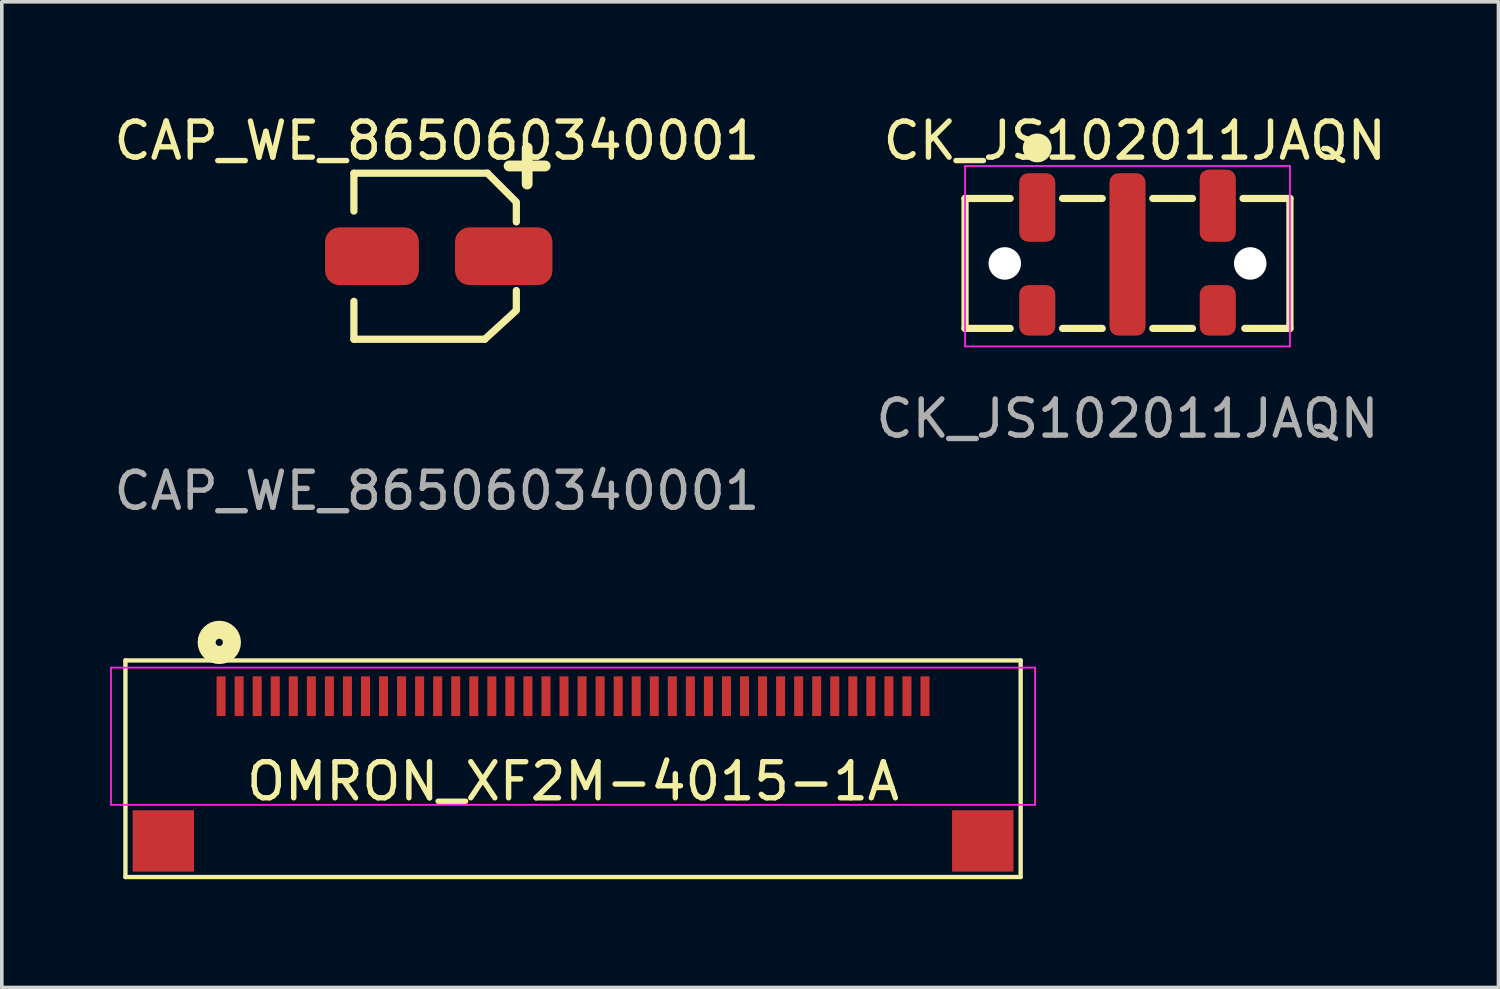
<source format=kicad_pcb>
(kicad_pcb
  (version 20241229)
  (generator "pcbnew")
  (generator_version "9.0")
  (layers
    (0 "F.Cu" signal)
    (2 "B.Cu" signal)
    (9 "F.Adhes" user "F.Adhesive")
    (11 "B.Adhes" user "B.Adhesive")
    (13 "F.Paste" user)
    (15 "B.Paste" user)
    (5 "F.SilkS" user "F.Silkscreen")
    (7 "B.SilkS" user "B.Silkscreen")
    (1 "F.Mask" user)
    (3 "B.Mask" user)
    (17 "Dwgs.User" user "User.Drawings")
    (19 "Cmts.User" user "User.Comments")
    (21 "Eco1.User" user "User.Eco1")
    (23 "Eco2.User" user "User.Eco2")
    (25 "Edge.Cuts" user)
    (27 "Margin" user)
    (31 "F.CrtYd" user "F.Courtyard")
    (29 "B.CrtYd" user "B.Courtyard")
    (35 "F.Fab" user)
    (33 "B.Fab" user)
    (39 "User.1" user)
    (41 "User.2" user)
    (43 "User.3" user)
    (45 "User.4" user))
  (footprint "CAP_WE_865060340001"
    (layer "F.Cu")
    (at 9.054 4.048)
    (property "Reference" "CAP_WE_865060340001" (at 0 -3.2 0) (unlocked yes) (layer "F.SilkS") (effects (font (size 1 1) (thickness 0.15))))
    (attr smd)
    (fp_line (start -2.3 -2.3) (end -2.3 -1.25) (stroke (width 0.2) (type default)) (layer "F.SilkS"))
    (fp_line (start -2.3 2.3) (end -2.3 1.25) (stroke (width 0.2) (type default)) (layer "F.SilkS"))
    (fp_line (start 1.325 2.3) (end -2.3 2.3) (stroke (width 0.2) (type default)) (layer "F.SilkS"))
    (fp_line (start 1.325 2.3) (end 2.2 1.5) (stroke (width 0.2) (type default)) (layer "F.SilkS"))
    (fp_line (start 1.4 -2.3) (end -2.3 -2.3) (stroke (width 0.2) (type default)) (layer "F.SilkS"))
    (fp_line (start 1.4 -2.3) (end 2.2 -1.5) (stroke (width 0.2) (type default)) (layer "F.SilkS"))
    (fp_line (start 2 -2.5) (end 3 -2.5) (stroke (width 0.3) (type default)) (layer "F.SilkS"))
    (fp_line (start 2.2 -1.45) (end 2.2 -0.95) (stroke (width 0.2) (type default)) (layer "F.SilkS"))
    (fp_line (start 2.2 1.45) (end 2.2 0.95) (stroke (width 0.2) (type default)) (layer "F.SilkS"))
    (fp_line (start 2.5 -3) (end 2.5 -2) (stroke (width 0.3) (type default)) (layer "F.SilkS"))
    (fp_text user "${REFERENCE}" (at 0 6.5 0) (unlocked yes) (layer "F.Fab") (effects (font (size 1 1) (thickness 0.15))))
    (pad "1" smd roundrect (at 1.85 0) (size 2.7 1.6) (layers "F.Cu" "F.Mask" "F.Paste") (roundrect_rratio 0.25))
    (pad "2" smd roundrect (at -1.8 0) (size 2.6 1.6) (layers "F.Cu" "F.Mask" "F.Paste") (roundrect_rratio 0.25)))
  (footprint "OMRON_XF2M-4015-1A"
    (layer "F.Cu")
    (at 12.825 16.646)
    (property "Reference" "OMRON_XF2M-4015-1A" (at 0 1.95 0) (layer "F.SilkS") (effects (font (size 1 1) (thickness 0.15))))
    (attr smd)
    (fp_line (start -12.4 -1.4) (end 12.4 -1.4) (stroke (width 0.12) (type default)) (layer "F.SilkS"))
    (fp_line (start -12.4 4.6) (end -12.4 -1.4) (stroke (width 0.12) (type default)) (layer "F.SilkS"))
    (fp_line (start -12.4 4.6) (end 12.4 4.6) (stroke (width 0.12) (type default)) (layer "F.SilkS"))
    (fp_line (start 12.4 4.6) (end 12.4 -1.4) (stroke (width 0.12) (type default)) (layer "F.SilkS"))
    (fp_circle (center -9.8 -1.9) (end -9.7 -1.9) (stroke (width 0.5) (type default)) (fill no) (layer "F.SilkS"))
    (fp_line (start -12.8 -1.2) (end -12.8 2.6) (stroke (width 0.05) (type default)) (layer "F.CrtYd"))
    (fp_line (start -12.8 -1.2) (end 12.8 -1.2) (stroke (width 0.05) (type default)) (layer "F.CrtYd"))
    (fp_line (start -12.8 2.6) (end 12.8 2.6) (stroke (width 0.05) (type default)) (layer "F.CrtYd"))
    (fp_line (start 12.8 -1.2) (end 12.8 2.6) (stroke (width 0.05) (type default)) (layer "F.CrtYd"))
    (pad "" smd rect (at -11.35 3.6) (size 1.7 1.7) (layers "F.Cu" "F.Mask" "F.Paste"))
    (pad "" smd rect (at 11.35 3.6) (size 1.7 1.7) (layers "F.Cu" "F.Mask" "F.Paste"))
    (pad "1" smd rect (at -9.75 -0.41) (size 0.25 1.1) (layers "F.Cu" "F.Mask" "F.Paste"))
    (pad "2" smd rect (at -9.25 -0.41) (size 0.25 1.1) (layers "F.Cu" "F.Mask" "F.Paste"))
    (pad "3" smd rect (at -8.75 -0.41) (size 0.25 1.1) (layers "F.Cu" "F.Mask" "F.Paste"))
    (pad "4" smd rect (at -8.25 -0.41) (size 0.25 1.1) (layers "F.Cu" "F.Mask" "F.Paste"))
    (pad "5" smd rect (at -7.75 -0.41) (size 0.25 1.1) (layers "F.Cu" "F.Mask" "F.Paste"))
    (pad "6" smd rect (at -7.25 -0.41) (size 0.25 1.1) (layers "F.Cu" "F.Mask" "F.Paste"))
    (pad "7" smd rect (at -6.75 -0.41) (size 0.25 1.1) (layers "F.Cu" "F.Mask" "F.Paste"))
    (pad "8" smd rect (at -6.25 -0.41) (size 0.25 1.1) (layers "F.Cu" "F.Mask" "F.Paste"))
    (pad "9" smd rect (at -5.75 -0.41) (size 0.25 1.1) (layers "F.Cu" "F.Mask" "F.Paste"))
    (pad "10" smd rect (at -5.25 -0.41) (size 0.25 1.1) (layers "F.Cu" "F.Mask" "F.Paste"))
    (pad "11" smd rect (at -4.75 -0.41) (size 0.25 1.1) (layers "F.Cu" "F.Mask" "F.Paste"))
    (pad "12" smd rect (at -4.25 -0.41) (size 0.25 1.1) (layers "F.Cu" "F.Mask" "F.Paste"))
    (pad "13" smd rect (at -3.75 -0.41) (size 0.25 1.1) (layers "F.Cu" "F.Mask" "F.Paste"))
    (pad "14" smd rect (at -3.25 -0.41) (size 0.25 1.1) (layers "F.Cu" "F.Mask" "F.Paste"))
    (pad "15" smd rect (at -2.75 -0.41) (size 0.25 1.1) (layers "F.Cu" "F.Mask" "F.Paste"))
    (pad "16" smd rect (at -2.25 -0.41) (size 0.25 1.1) (layers "F.Cu" "F.Mask" "F.Paste"))
    (pad "17" smd rect (at -1.75 -0.41) (size 0.25 1.1) (layers "F.Cu" "F.Mask" "F.Paste"))
    (pad "18" smd rect (at -1.25 -0.41) (size 0.25 1.1) (layers "F.Cu" "F.Mask" "F.Paste"))
    (pad "19" smd rect (at -0.75 -0.41) (size 0.25 1.1) (layers "F.Cu" "F.Mask" "F.Paste"))
    (pad "20" smd rect (at -0.25 -0.41) (size 0.25 1.1) (layers "F.Cu" "F.Mask" "F.Paste"))
    (pad "21" smd rect (at 0.25 -0.41) (size 0.25 1.1) (layers "F.Cu" "F.Mask" "F.Paste"))
    (pad "22" smd rect (at 0.75 -0.41) (size 0.25 1.1) (layers "F.Cu" "F.Mask" "F.Paste"))
    (pad "23" smd rect (at 1.25 -0.41) (size 0.25 1.1) (layers "F.Cu" "F.Mask" "F.Paste"))
    (pad "24" smd rect (at 1.75 -0.41) (size 0.25 1.1) (layers "F.Cu" "F.Mask" "F.Paste"))
    (pad "25" smd rect (at 2.25 -0.41) (size 0.25 1.1) (layers "F.Cu" "F.Mask" "F.Paste"))
    (pad "26" smd rect (at 2.75 -0.41) (size 0.25 1.1) (layers "F.Cu" "F.Mask" "F.Paste"))
    (pad "27" smd rect (at 3.25 -0.41) (size 0.25 1.1) (layers "F.Cu" "F.Mask" "F.Paste"))
    (pad "28" smd rect (at 3.75 -0.41) (size 0.25 1.1) (layers "F.Cu" "F.Mask" "F.Paste"))
    (pad "29" smd rect (at 4.25 -0.41) (size 0.25 1.1) (layers "F.Cu" "F.Mask" "F.Paste"))
    (pad "30" smd rect (at 4.75 -0.41) (size 0.25 1.1) (layers "F.Cu" "F.Mask" "F.Paste"))
    (pad "31" smd rect (at 5.25 -0.41) (size 0.25 1.1) (layers "F.Cu" "F.Mask" "F.Paste"))
    (pad "32" smd rect (at 5.75 -0.41) (size 0.25 1.1) (layers "F.Cu" "F.Mask" "F.Paste"))
    (pad "33" smd rect (at 6.25 -0.41) (size 0.25 1.1) (layers "F.Cu" "F.Mask" "F.Paste"))
    (pad "34" smd rect (at 6.75 -0.41) (size 0.25 1.1) (layers "F.Cu" "F.Mask" "F.Paste"))
    (pad "35" smd rect (at 7.25 -0.41) (size 0.25 1.1) (layers "F.Cu" "F.Mask" "F.Paste"))
    (pad "36" smd rect (at 7.75 -0.41) (size 0.25 1.1) (layers "F.Cu" "F.Mask" "F.Paste"))
    (pad "37" smd rect (at 8.25 -0.41) (size 0.25 1.1) (layers "F.Cu" "F.Mask" "F.Paste"))
    (pad "38" smd rect (at 8.75 -0.41) (size 0.25 1.1) (layers "F.Cu" "F.Mask" "F.Paste"))
    (pad "39" smd rect (at 9.25 -0.41) (size 0.25 1.1) (layers "F.Cu" "F.Mask" "F.Paste"))
    (pad "40" smd rect (at 9.75 -0.41) (size 0.25 1.1) (layers "F.Cu" "F.Mask" "F.Paste")))
  (footprint "CK_JS102011JAQN"
    (layer "F.Cu")
    (at 28.185 4.248)
    (property "Reference" "CK_JS102011JAQN" (at 0.2 -3.4 0) (unlocked yes) (layer "F.SilkS") (effects (font (size 1 1) (thickness 0.15))))
    (attr smd)
    (fp_line (start -4.5 -1.8) (end -3.25 -1.8) (stroke (width 0.2) (type solid)) (layer "F.SilkS"))
    (fp_line (start -4.5 1.8) (end -4.5 -1.8) (stroke (width 0.2) (type solid)) (layer "F.SilkS"))
    (fp_line (start -4.5 1.8) (end -3.25 1.8) (stroke (width 0.2) (type solid)) (layer "F.SilkS"))
    (fp_line (start -1.8 -1.8) (end -0.7 -1.8) (stroke (width 0.2) (type solid)) (layer "F.SilkS"))
    (fp_line (start -1.8 1.8) (end -0.7 1.8) (stroke (width 0.2) (type solid)) (layer "F.SilkS"))
    (fp_line (start 0.7 -1.8) (end 1.8 -1.8) (stroke (width 0.2) (type solid)) (layer "F.SilkS"))
    (fp_line (start 0.7 1.8) (end 1.8 1.8) (stroke (width 0.2) (type solid)) (layer "F.SilkS"))
    (fp_line (start 3.2 -1.8) (end 4.5 -1.8) (stroke (width 0.2) (type solid)) (layer "F.SilkS"))
    (fp_line (start 4.5 1.8) (end 3.25 1.8) (stroke (width 0.2) (type solid)) (layer "F.SilkS"))
    (fp_line (start 4.5 1.8) (end 4.5 -1.8) (stroke (width 0.2) (type solid)) (layer "F.SilkS"))
    (fp_circle (center -2.5 -3.2) (end -2.3 -3.2) (stroke (width 0.4) (type solid)) (fill no) (layer "F.SilkS"))
    (fp_line (start -4.5 -2.7) (end 4.5 -2.7) (stroke (width 0.05) (type solid)) (layer "F.CrtYd"))
    (fp_line (start -4.5 2.3) (end -4.5 -2.7) (stroke (width 0.05) (type solid)) (layer "F.CrtYd"))
    (fp_line (start -4.5 2.3) (end 4.5 2.3) (stroke (width 0.05) (type solid)) (layer "F.CrtYd"))
    (fp_line (start 4.5 -2.7) (end 4.5 2.3) (stroke (width 0.05) (type solid)) (layer "F.CrtYd"))
    (fp_text user "${REFERENCE}" (at 0 4.3 0) (unlocked yes) (layer "F.Fab") (effects (font (size 1 1) (thickness 0.15))))
    (pad "" np_thru_hole circle (at -3.4 0) (size 0.9 0.9) (drill 1.1) (layers "*.Cu" "*.Mask"))
    (pad "" smd roundrect (at -2.5 1.3) (size 1 1.4) (layers "F.Cu" "F.Mask" "F.Paste") (roundrect_rratio 0.25))
    (pad "" smd roundrect (at 2.5 1.3) (size 1 1.4) (layers "F.Cu" "F.Mask" "F.Paste") (roundrect_rratio 0.25))
    (pad "" np_thru_hole circle (at 3.4 0) (size 0.9 0.9) (drill 1.1) (layers "*.Cu" "*.Mask"))
    (pad "1" smd roundrect (at -2.5 -1.55) (size 1 1.9) (layers "F.Cu" "F.Mask" "F.Paste") (roundrect_rratio 0.25))
    (pad "2" smd roundrect (at 0 -0.25) (size 1 4.5) (layers "F.Cu" "F.Mask" "F.Paste") (roundrect_rratio 0.25))
    (pad "3" smd roundrect (at 2.5 -1.6) (size 1 2) (layers "F.Cu" "F.Mask" "F.Paste") (roundrect_rratio 0.25)))
  (gr_rect
    (start -3 -3)
    (end 38.462 24.306)
    (stroke (width 0.1) (type default))
    (fill no)
    (layer "Edge.Cuts")))
</source>
